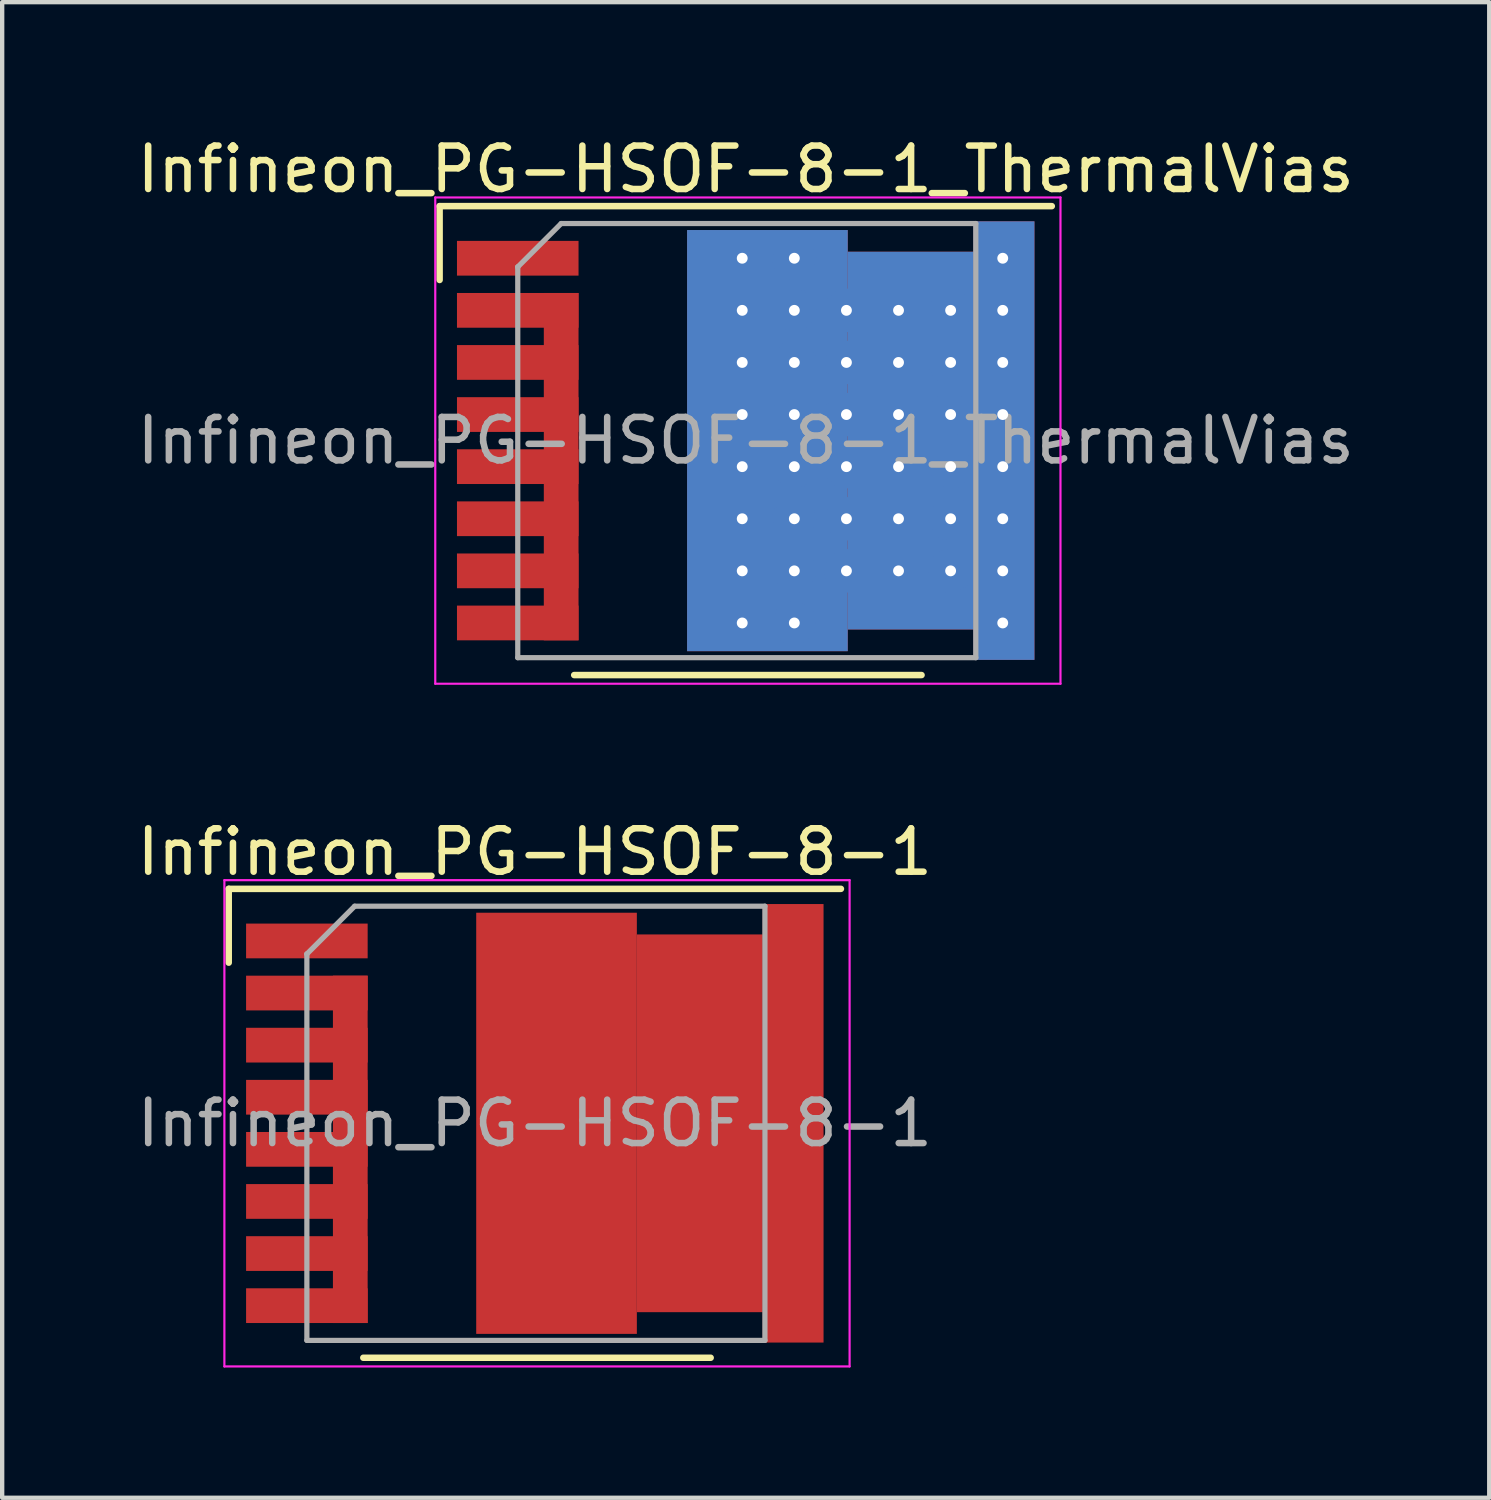
<source format=kicad_pcb>
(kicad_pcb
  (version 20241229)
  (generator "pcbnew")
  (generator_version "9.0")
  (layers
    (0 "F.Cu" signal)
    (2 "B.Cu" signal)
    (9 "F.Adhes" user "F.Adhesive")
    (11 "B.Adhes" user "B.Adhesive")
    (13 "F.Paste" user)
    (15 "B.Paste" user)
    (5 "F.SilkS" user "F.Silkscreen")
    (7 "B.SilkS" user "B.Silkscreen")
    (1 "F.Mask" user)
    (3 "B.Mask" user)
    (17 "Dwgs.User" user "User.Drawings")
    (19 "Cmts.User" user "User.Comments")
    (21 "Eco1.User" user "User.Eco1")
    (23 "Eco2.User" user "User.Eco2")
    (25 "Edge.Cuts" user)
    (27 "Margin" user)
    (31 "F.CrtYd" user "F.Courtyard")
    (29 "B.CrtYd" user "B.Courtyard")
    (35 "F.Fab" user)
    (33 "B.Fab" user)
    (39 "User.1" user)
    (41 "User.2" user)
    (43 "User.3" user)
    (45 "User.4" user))
  (footprint "Infineon_PG-HSOF-8-1"
    (layer "F.Cu")
    (at 9.268 22.822)
    (property "Reference" "Infineon_PG-HSOF-8-1" (at 0 -6.25 0) (layer "F.SilkS") (effects (font (size 1 1) (thickness 0.15))))
    (attr smd)
    (fp_line (start -7.05 -5.4) (end -7.05 -3.7) (stroke (width 0.15) (type solid)) (layer "F.SilkS"))
    (fp_line (start -3.95 5.4) (end 4.05 5.4) (stroke (width 0.15) (type solid)) (layer "F.SilkS"))
    (fp_line (start 7.05 -5.4) (end -7.05 -5.4) (stroke (width 0.15) (type solid)) (layer "F.SilkS"))
    (fp_line (start -7.15 5.6) (end -7.15 -5.6) (stroke (width 0.05) (type solid)) (layer "F.CrtYd"))
    (fp_line (start -7.15 5.6) (end 7.25 5.6) (stroke (width 0.05) (type solid)) (layer "F.CrtYd"))
    (fp_line (start 7.25 -5.6) (end -7.15 -5.6) (stroke (width 0.05) (type solid)) (layer "F.CrtYd"))
    (fp_line (start 7.25 -5.6) (end 7.25 5.6) (stroke (width 0.05) (type solid)) (layer "F.CrtYd"))
    (fp_line (start -5.25 -3.9) (end -5.25 -3.9) (stroke (width 0.12) (type solid)) (layer "F.Fab"))
    (fp_line (start -5.25 5) (end -5.25 -3.9) (stroke (width 0.12) (type solid)) (layer "F.Fab"))
    (fp_line (start -4.15 -5) (end -5.25 -3.9) (stroke (width 0.12) (type solid)) (layer "F.Fab"))
    (fp_line (start -4.15 -5) (end 5.3 -5) (stroke (width 0.12) (type solid)) (layer "F.Fab"))
    (fp_line (start 5.3 -5) (end 5.3 5) (stroke (width 0.12) (type solid)) (layer "F.Fab"))
    (fp_line (start 5.3 5) (end -5.25 5) (stroke (width 0.12) (type solid)) (layer "F.Fab"))
    (fp_text user "${REFERENCE}" (at 0 0 0) (layer "F.Fab") (effects (font (size 1 1) (thickness 0.15))))
    (pad "" smd circle (at -0.08 -4.2 270) (size 1 1) (layers "F.Paste"))
    (pad "" smd circle (at -0.08 -3 270) (size 1 1) (layers "F.Paste"))
    (pad "" smd circle (at -0.08 -1.8 270) (size 1 1) (layers "F.Paste"))
    (pad "" smd circle (at -0.08 -0.6 270) (size 1 1) (layers "F.Paste"))
    (pad "" smd circle (at -0.08 0.6 270) (size 1 1) (layers "F.Paste"))
    (pad "" smd circle (at -0.08 1.8 270) (size 1 1) (layers "F.Paste"))
    (pad "" smd circle (at -0.08 3 270) (size 1 1) (layers "F.Paste"))
    (pad "" smd circle (at -0.08 4.2 270) (size 1 1) (layers "F.Paste"))
    (pad "" smd circle (at 1.12 -4.2 270) (size 1 1) (layers "F.Paste"))
    (pad "" smd circle (at 1.12 -3 270) (size 1 1) (layers "F.Paste"))
    (pad "" smd circle (at 1.12 -1.8 270) (size 1 1) (layers "F.Paste"))
    (pad "" smd circle (at 1.12 -0.6 270) (size 1 1) (layers "F.Paste"))
    (pad "" smd circle (at 1.12 0.6 270) (size 1 1) (layers "F.Paste"))
    (pad "" smd circle (at 1.12 1.8 270) (size 1 1) (layers "F.Paste"))
    (pad "" smd circle (at 1.12 3 270) (size 1 1) (layers "F.Paste"))
    (pad "" smd circle (at 1.12 4.2 270) (size 1 1) (layers "F.Paste"))
    (pad "" smd circle (at 2.32 -3 270) (size 1 1) (layers "F.Paste"))
    (pad "" smd circle (at 2.32 -1.8 270) (size 1 1) (layers "F.Paste"))
    (pad "" smd circle (at 2.32 -0.6 270) (size 1 1) (layers "F.Paste"))
    (pad "" smd circle (at 2.32 0.6 270) (size 1 1) (layers "F.Paste"))
    (pad "" smd circle (at 2.32 1.8 270) (size 1 1) (layers "F.Paste"))
    (pad "" smd circle (at 2.32 3 270) (size 1 1) (layers "F.Paste"))
    (pad "" smd circle (at 3.52 -3 270) (size 1 1) (layers "F.Paste"))
    (pad "" smd circle (at 3.52 -1.8 270) (size 1 1) (layers "F.Paste"))
    (pad "" smd circle (at 3.52 -0.6 270) (size 1 1) (layers "F.Paste"))
    (pad "" smd circle (at 3.52 0.6 270) (size 1 1) (layers "F.Paste"))
    (pad "" smd circle (at 3.52 1.8 270) (size 1 1) (layers "F.Paste"))
    (pad "" smd circle (at 3.52 3 270) (size 1 1) (layers "F.Paste"))
    (pad "" smd circle (at 4.72 -3 270) (size 1 1) (layers "F.Paste"))
    (pad "" smd circle (at 4.72 -1.8 270) (size 1 1) (layers "F.Paste"))
    (pad "" smd circle (at 4.72 -0.6 270) (size 1 1) (layers "F.Paste"))
    (pad "" smd circle (at 4.72 0.6 270) (size 1 1) (layers "F.Paste"))
    (pad "" smd circle (at 4.72 1.8 270) (size 1 1) (layers "F.Paste"))
    (pad "" smd circle (at 4.72 3 270) (size 1 1) (layers "F.Paste"))
    (pad "" smd circle (at 6.02 -4.2 270) (size 1 1) (layers "F.Paste"))
    (pad "" smd circle (at 6.02 -3 270) (size 1 1) (layers "F.Paste"))
    (pad "" smd circle (at 6.02 -1.8 270) (size 1 1) (layers "F.Paste"))
    (pad "" smd circle (at 6.02 -0.6 270) (size 1 1) (layers "F.Paste"))
    (pad "" smd circle (at 6.02 0.6 270) (size 1 1) (layers "F.Paste"))
    (pad "" smd circle (at 6.02 1.8 270) (size 1 1) (layers "F.Paste"))
    (pad "" smd circle (at 6.02 3 270) (size 1 1) (layers "F.Paste"))
    (pad "" smd circle (at 6.02 4.2 270) (size 1 1) (layers "F.Paste"))
    (pad "1" smd rect (at -5.25 -4.2 270) (size 0.8 2.8) (layers "F.Cu" "F.Mask" "F.Paste"))
    (pad "2" smd rect (at -5.25 -3 270) (size 0.8 2.8) (layers "F.Cu" "F.Mask" "F.Paste"))
    (pad "2" smd rect (at -5.25 -1.8 270) (size 0.8 2.8) (layers "F.Cu" "F.Mask" "F.Paste"))
    (pad "2" smd rect (at -5.25 -0.6 270) (size 0.8 2.8) (layers "F.Cu" "F.Mask" "F.Paste"))
    (pad "2" smd rect (at -5.25 0.6 270) (size 0.8 2.8) (layers "F.Cu" "F.Mask" "F.Paste"))
    (pad "2" smd rect (at -5.25 1.8 270) (size 0.8 2.8) (layers "F.Cu" "F.Mask" "F.Paste"))
    (pad "2" smd rect (at -5.25 3 270) (size 0.8 2.8) (layers "F.Cu" "F.Mask" "F.Paste"))
    (pad "2" smd rect (at -5.25 4.2 270) (size 0.8 2.8) (layers "F.Cu" "F.Mask" "F.Paste"))
    (pad "2" smd rect (at -4.25 0.6 270) (size 8 0.8) (layers "F.Cu" "F.Mask"))
    (pad "3" smd rect (at 0.5 0 270) (size 9.7 3.7) (layers "F.Cu" "F.Mask"))
    (pad "3" smd rect (at 3.8 0 270) (size 8.7 2.9) (layers "F.Cu" "F.Mask"))
    (pad "3" smd rect (at 5.95 0 270) (size 10.1 1.4) (layers "F.Cu" "F.Mask")))
  (footprint "Infineon_PG-HSOF-8-1_ThermalVias"
    (layer "F.Cu")
    (at 14.125 7.098)
    (property "Reference" "Infineon_PG-HSOF-8-1_ThermalVias" (at 0 -6.25 0) (layer "F.SilkS") (effects (font (size 1 1) (thickness 0.15))))
    (attr smd)
    (fp_line (start -7.05 -5.4) (end -7.05 -3.7) (stroke (width 0.15) (type solid)) (layer "F.SilkS"))
    (fp_line (start -3.95 5.4) (end 4.05 5.4) (stroke (width 0.15) (type solid)) (layer "F.SilkS"))
    (fp_line (start 7.05 -5.4) (end -7.05 -5.4) (stroke (width 0.15) (type solid)) (layer "F.SilkS"))
    (fp_line (start -7.15 5.6) (end -7.15 -5.6) (stroke (width 0.05) (type solid)) (layer "F.CrtYd"))
    (fp_line (start -7.15 5.6) (end 7.25 5.6) (stroke (width 0.05) (type solid)) (layer "F.CrtYd"))
    (fp_line (start 7.25 -5.6) (end -7.15 -5.6) (stroke (width 0.05) (type solid)) (layer "F.CrtYd"))
    (fp_line (start 7.25 -5.6) (end 7.25 5.6) (stroke (width 0.05) (type solid)) (layer "F.CrtYd"))
    (fp_line (start -5.25 -4) (end -5.25 -4) (stroke (width 0.12) (type solid)) (layer "F.Fab"))
    (fp_line (start -5.25 5) (end -5.25 -4) (stroke (width 0.12) (type solid)) (layer "F.Fab"))
    (fp_line (start -4.25 -5) (end -5.25 -4) (stroke (width 0.12) (type solid)) (layer "F.Fab"))
    (fp_line (start -4.25 -5) (end 5.3 -5) (stroke (width 0.12) (type solid)) (layer "F.Fab"))
    (fp_line (start 5.3 -5) (end 5.3 5) (stroke (width 0.12) (type solid)) (layer "F.Fab"))
    (fp_line (start 5.3 5) (end -5.25 5) (stroke (width 0.12) (type solid)) (layer "F.Fab"))
    (fp_text user "${REFERENCE}" (at 0 0 0) (layer "F.Fab") (effects (font (size 1 1) (thickness 0.15))))
    (pad "1" smd rect (at -5.25 -4.2 270) (size 0.8 2.8) (layers "F.Cu" "F.Mask" "F.Paste"))
    (pad "2" smd rect (at -5.25 -3 270) (size 0.8 2.8) (layers "F.Cu" "F.Mask" "F.Paste"))
    (pad "2" smd rect (at -5.25 -1.8 270) (size 0.8 2.8) (layers "F.Cu" "F.Mask" "F.Paste"))
    (pad "2" smd rect (at -5.25 -0.6 270) (size 0.8 2.8) (layers "F.Cu" "F.Mask" "F.Paste"))
    (pad "2" smd rect (at -5.25 0.6 270) (size 0.8 2.8) (layers "F.Cu" "F.Mask" "F.Paste"))
    (pad "2" smd rect (at -5.25 1.8 270) (size 0.8 2.8) (layers "F.Cu" "F.Mask" "F.Paste"))
    (pad "2" smd rect (at -5.25 3 270) (size 0.8 2.8) (layers "F.Cu" "F.Mask" "F.Paste"))
    (pad "2" smd rect (at -5.25 4.2 270) (size 0.8 2.8) (layers "F.Cu" "F.Mask" "F.Paste"))
    (pad "2" smd rect (at -4.25 0.6 270) (size 8 0.8) (layers "F.Cu" "F.Mask"))
    (pad "3" thru_hole circle (at -0.08 -4.2 270) (size 1 1) (drill 0.25) (layers "*.Cu" "F.Paste"))
    (pad "3" thru_hole circle (at -0.08 -3 270) (size 1 1) (drill 0.25) (layers "*.Cu" "F.Paste"))
    (pad "3" thru_hole circle (at -0.08 -1.8 270) (size 1 1) (drill 0.25) (layers "*.Cu" "F.Paste"))
    (pad "3" thru_hole circle (at -0.08 -0.6 270) (size 1 1) (drill 0.25) (layers "*.Cu" "F.Paste"))
    (pad "3" thru_hole circle (at -0.08 0.6 270) (size 1 1) (drill 0.25) (layers "*.Cu" "F.Paste"))
    (pad "3" thru_hole circle (at -0.08 1.8 270) (size 1 1) (drill 0.25) (layers "*.Cu" "F.Paste"))
    (pad "3" thru_hole circle (at -0.08 3 270) (size 1 1) (drill 0.25) (layers "*.Cu" "F.Paste"))
    (pad "3" thru_hole circle (at -0.08 4.2 270) (size 1 1) (drill 0.25) (layers "*.Cu" "F.Paste"))
    (pad "3" smd rect (at 0.5 0 270) (size 9.7 3.7) (layers "F.Cu" "F.Mask"))
    (pad "3" smd rect (at 0.5 0 270) (size 9.7 3.7) (layers "B.Cu"))
    (pad "3" thru_hole circle (at 1.12 -4.2 270) (size 1 1) (drill 0.25) (layers "*.Cu" "F.Paste"))
    (pad "3" thru_hole circle (at 1.12 -3 270) (size 1 1) (drill 0.25) (layers "*.Cu" "F.Paste"))
    (pad "3" thru_hole circle (at 1.12 -1.8 270) (size 1 1) (drill 0.25) (layers "*.Cu" "F.Paste"))
    (pad "3" thru_hole circle (at 1.12 -0.6 270) (size 1 1) (drill 0.25) (layers "*.Cu" "F.Paste"))
    (pad "3" thru_hole circle (at 1.12 0.6 270) (size 1 1) (drill 0.25) (layers "*.Cu" "F.Paste"))
    (pad "3" thru_hole circle (at 1.12 1.8 270) (size 1 1) (drill 0.25) (layers "*.Cu" "F.Paste"))
    (pad "3" thru_hole circle (at 1.12 3 270) (size 1 1) (drill 0.25) (layers "*.Cu" "F.Paste"))
    (pad "3" thru_hole circle (at 1.12 4.2 270) (size 1 1) (drill 0.25) (layers "*.Cu" "F.Paste"))
    (pad "3" thru_hole circle (at 2.32 -3 270) (size 1 1) (drill 0.25) (layers "*.Cu" "F.Paste"))
    (pad "3" thru_hole circle (at 2.32 -1.8 270) (size 1 1) (drill 0.25) (layers "*.Cu" "F.Paste"))
    (pad "3" thru_hole circle (at 2.32 -0.6 270) (size 1 1) (drill 0.25) (layers "*.Cu" "F.Paste"))
    (pad "3" thru_hole circle (at 2.32 0.6 270) (size 1 1) (drill 0.25) (layers "*.Cu" "F.Paste"))
    (pad "3" thru_hole circle (at 2.32 1.8 270) (size 1 1) (drill 0.25) (layers "*.Cu" "F.Paste"))
    (pad "3" thru_hole circle (at 2.32 3 270) (size 1 1) (drill 0.25) (layers "*.Cu" "F.Paste"))
    (pad "3" thru_hole circle (at 3.52 -3 270) (size 1 1) (drill 0.25) (layers "*.Cu" "F.Paste"))
    (pad "3" thru_hole circle (at 3.52 -1.8 270) (size 1 1) (drill 0.25) (layers "*.Cu" "F.Paste"))
    (pad "3" thru_hole circle (at 3.52 -0.6 270) (size 1 1) (drill 0.25) (layers "*.Cu" "F.Paste"))
    (pad "3" thru_hole circle (at 3.52 0.6 270) (size 1 1) (drill 0.25) (layers "*.Cu" "F.Paste"))
    (pad "3" thru_hole circle (at 3.52 1.8 270) (size 1 1) (drill 0.25) (layers "*.Cu" "F.Paste"))
    (pad "3" thru_hole circle (at 3.52 3 270) (size 1 1) (drill 0.25) (layers "*.Cu" "F.Paste"))
    (pad "3" smd rect (at 3.8 0 270) (size 8.7 2.9) (layers "F.Cu" "F.Mask"))
    (pad "3" smd rect (at 3.8 0 270) (size 8.7 2.9) (layers "B.Cu"))
    (pad "3" thru_hole circle (at 4.72 -3 270) (size 1 1) (drill 0.25) (layers "*.Cu" "F.Paste"))
    (pad "3" thru_hole circle (at 4.72 -1.8 270) (size 1 1) (drill 0.25) (layers "*.Cu" "F.Paste"))
    (pad "3" thru_hole circle (at 4.72 -0.6 270) (size 1 1) (drill 0.25) (layers "*.Cu" "F.Paste"))
    (pad "3" thru_hole circle (at 4.72 0.6 270) (size 1 1) (drill 0.25) (layers "*.Cu" "F.Paste"))
    (pad "3" thru_hole circle (at 4.72 1.8 270) (size 1 1) (drill 0.25) (layers "*.Cu" "F.Paste"))
    (pad "3" thru_hole circle (at 4.72 3 270) (size 1 1) (drill 0.25) (layers "*.Cu" "F.Paste"))
    (pad "3" thru_hole circle (at 5.92 -4.2 270) (size 1 1) (drill 0.25) (layers "*.Cu" "F.Paste"))
    (pad "3" thru_hole circle (at 5.92 -3 270) (size 1 1) (drill 0.25) (layers "*.Cu" "F.Paste"))
    (pad "3" thru_hole circle (at 5.92 -1.8 270) (size 1 1) (drill 0.25) (layers "*.Cu" "F.Paste"))
    (pad "3" thru_hole circle (at 5.92 -0.6 270) (size 1 1) (drill 0.25) (layers "*.Cu" "F.Paste"))
    (pad "3" thru_hole circle (at 5.92 0.6 270) (size 1 1) (drill 0.25) (layers "*.Cu" "F.Paste"))
    (pad "3" thru_hole circle (at 5.92 1.8 270) (size 1 1) (drill 0.25) (layers "*.Cu" "F.Paste"))
    (pad "3" thru_hole circle (at 5.92 3 270) (size 1 1) (drill 0.25) (layers "*.Cu" "F.Paste"))
    (pad "3" thru_hole circle (at 5.92 4.2 270) (size 1 1) (drill 0.25) (layers "*.Cu" "F.Paste"))
    (pad "3" smd rect (at 5.95 0 270) (size 10.1 1.4) (layers "F.Cu" "F.Mask"))
    (pad "3" smd rect (at 5.95 0 270) (size 10.1 1.4) (layers "B.Cu")))
  (gr_rect
    (start -3 -3)
    (end 31.25 31.447)
    (stroke (width 0.1) (type default))
    (fill no)
    (layer "Edge.Cuts")))
</source>
